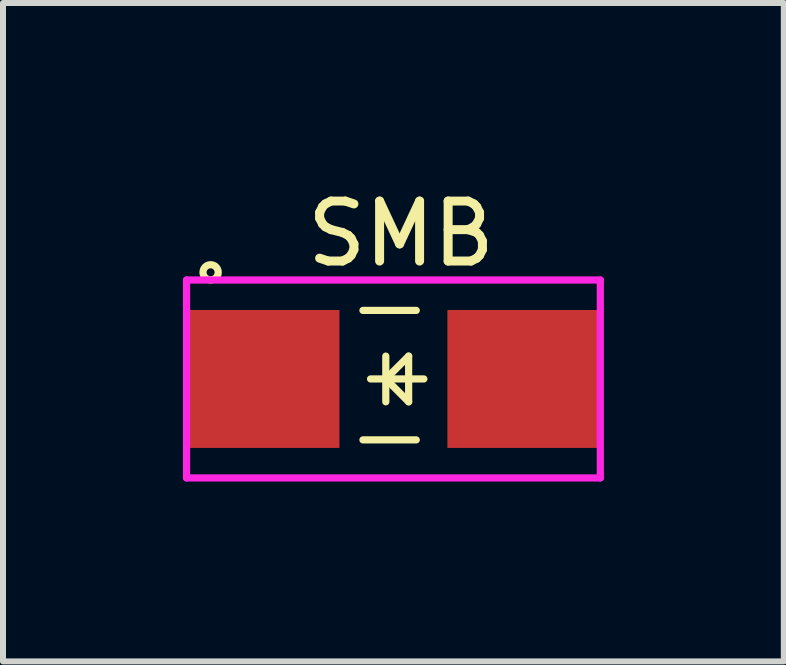
<source format=kicad_pcb>
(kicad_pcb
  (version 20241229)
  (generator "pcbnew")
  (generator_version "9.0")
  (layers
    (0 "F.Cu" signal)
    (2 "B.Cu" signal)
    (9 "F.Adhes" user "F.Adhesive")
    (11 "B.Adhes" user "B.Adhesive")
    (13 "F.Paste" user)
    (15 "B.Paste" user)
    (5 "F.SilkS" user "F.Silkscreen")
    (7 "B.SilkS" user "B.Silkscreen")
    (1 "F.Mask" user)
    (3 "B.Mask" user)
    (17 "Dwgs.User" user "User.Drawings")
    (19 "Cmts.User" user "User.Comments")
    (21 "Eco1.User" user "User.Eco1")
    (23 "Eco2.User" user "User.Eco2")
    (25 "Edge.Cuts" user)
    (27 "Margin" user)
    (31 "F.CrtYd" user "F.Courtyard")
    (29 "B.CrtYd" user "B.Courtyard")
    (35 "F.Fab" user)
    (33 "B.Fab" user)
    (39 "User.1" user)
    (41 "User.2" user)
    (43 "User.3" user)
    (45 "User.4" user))
  (footprint "SMB"
    (layer "F.Cu")
    (at 3.51 3.269)
    (property "Reference" "SMB" (at 0.127 -2.421 0) (layer "F.SilkS") (effects (font (size 1 1) (thickness 0.15))))
    (attr through_hole)
    (fp_line (start -0.508 -1.143) (end 0.381 -1.143) (stroke (width 0.12) (type solid)) (layer "F.SilkS"))
    (fp_line (start -0.508 1.016) (end 0.381 1.016) (stroke (width 0.12) (type solid)) (layer "F.SilkS"))
    (fp_line (start -0.381 0) (end 0.508 0) (stroke (width 0.12) (type solid)) (layer "F.SilkS"))
    (fp_line (start -0.127 0) (end 0.254 0.381) (stroke (width 0.12) (type solid)) (layer "F.SilkS"))
    (fp_line (start -0.127 0.381) (end -0.127 -0.381) (stroke (width 0.12) (type solid)) (layer "F.SilkS"))
    (fp_line (start 0.254 -0.381) (end -0.127 0) (stroke (width 0.12) (type solid)) (layer "F.SilkS"))
    (fp_line (start 0.254 0.381) (end 0.254 -0.381) (stroke (width 0.12) (type solid)) (layer "F.SilkS"))
    (fp_circle (center -3.048 -1.778) (end -3.048 -1.651) (stroke (width 0.12) (type solid)) (fill no) (layer "F.SilkS"))
    (fp_line (start -3.45 -1.65) (end -3.45 1.65) (stroke (width 0.12) (type solid)) (layer "F.CrtYd"))
    (fp_line (start -3.45 -1.65) (end 3.45 -1.65) (stroke (width 0.12) (type solid)) (layer "F.CrtYd"))
    (fp_line (start -3.45 1.65) (end 3.45 1.65) (stroke (width 0.12) (type solid)) (layer "F.CrtYd"))
    (fp_line (start 3.45 -1.65) (end 3.45 1.65) (stroke (width 0.12) (type solid)) (layer "F.CrtYd"))
    (pad "1" smd rect (at -2.15 0) (size 2.5 2.3) (layers "F.Cu" "F.Mask" "F.Paste"))
    (pad "2" smd rect (at 2.15 0) (size 2.5 2.3) (layers "F.Cu" "F.Mask" "F.Paste")))
  (gr_rect
    (start -3 -3)
    (end 10.02 7.979)
    (stroke (width 0.1) (type default))
    (fill no)
    (layer "Edge.Cuts")))
</source>
